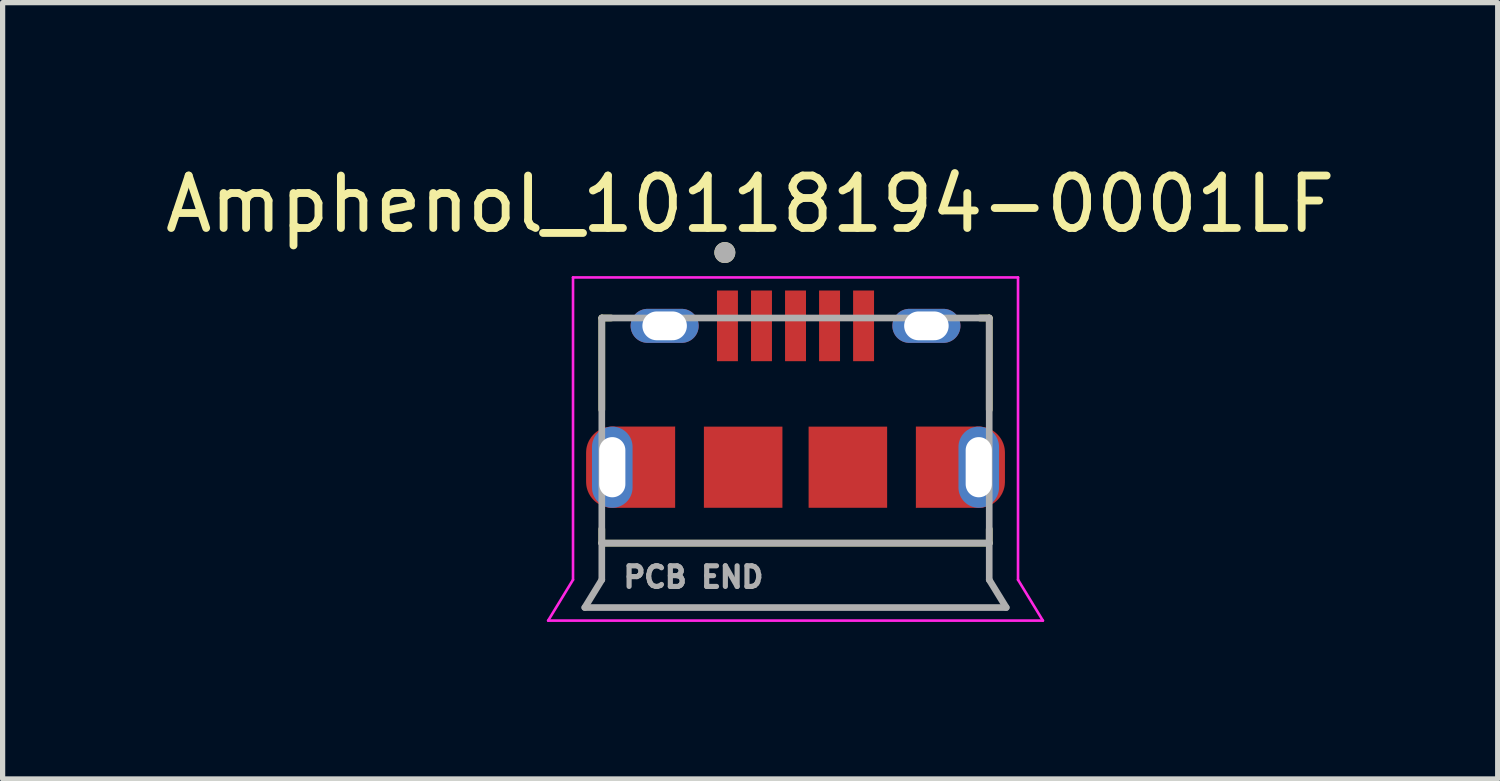
<source format=kicad_pcb>
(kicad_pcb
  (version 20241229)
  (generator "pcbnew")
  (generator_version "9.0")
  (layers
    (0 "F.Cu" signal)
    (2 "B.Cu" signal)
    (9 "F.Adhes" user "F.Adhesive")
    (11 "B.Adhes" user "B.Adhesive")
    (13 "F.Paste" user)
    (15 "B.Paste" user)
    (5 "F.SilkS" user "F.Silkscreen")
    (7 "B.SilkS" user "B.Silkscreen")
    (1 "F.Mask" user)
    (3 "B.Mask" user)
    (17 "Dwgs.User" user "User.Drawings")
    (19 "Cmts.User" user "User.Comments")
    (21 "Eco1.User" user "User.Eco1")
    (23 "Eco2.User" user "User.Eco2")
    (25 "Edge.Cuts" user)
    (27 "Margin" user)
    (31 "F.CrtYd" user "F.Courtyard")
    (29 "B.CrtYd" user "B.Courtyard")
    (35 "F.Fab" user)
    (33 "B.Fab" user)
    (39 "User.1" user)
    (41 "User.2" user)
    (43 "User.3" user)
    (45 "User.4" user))
  (footprint "Amphenol_10118194-0001LF"
    (layer "F.Cu")
    (at 12.145 5.874)
    (property "Reference" "Amphenol_10118194-0001LF" (at -0.866 -5.025 0) (layer "F.SilkS") (effects (font (size 1.001 1.001) (thickness 0.15))))
    (attr through_hole)
    (fp_poly (pts (xy -2.3 -0.78) (xy -2.3 0.775) (xy -3.498 0.775) (xy -3.498 0.575) (xy -3.486 0.575) (xy -3.473 0.574) (xy -3.46 0.572) (xy -3.447 0.57) (xy -3.434 0.567) (xy -3.422 0.563) (xy -3.41 0.558) (xy -3.398 0.553) (xy -3.386 0.548) (xy -3.374 0.542) (xy -3.363 0.535) (xy -3.353 0.527) (xy -3.342 0.52) (xy -3.332 0.511) (xy -3.323 0.502) (xy -3.314 0.493) (xy -3.305 0.483) (xy -3.298 0.472) (xy -3.29 0.462) (xy -3.283 0.451) (xy -3.277 0.439) (xy -3.272 0.427) (xy -3.267 0.415) (xy -3.262 0.403) (xy -3.258 0.391) (xy -3.255 0.378) (xy -3.253 0.365) (xy -3.251 0.352) (xy -3.25 0.339) (xy -3.25 0.325) (xy -3.25 0.315) (xy -3.25 -0.315) (xy -3.25 -0.325) (xy -3.25 -0.338) (xy -3.251 -0.351) (xy -3.253 -0.364) (xy -3.255 -0.377) (xy -3.259 -0.39) (xy -3.262 -0.402) (xy -3.267 -0.415) (xy -3.272 -0.427) (xy -3.277 -0.438) (xy -3.283 -0.45) (xy -3.29 -0.461) (xy -3.298 -0.472) (xy -3.306 -0.482) (xy -3.314 -0.492) (xy -3.323 -0.502) (xy -3.333 -0.511) (xy -3.343 -0.519) (xy -3.353 -0.527) (xy -3.364 -0.535) (xy -3.375 -0.542) (xy -3.387 -0.548) (xy -3.398 -0.553) (xy -3.41 -0.558) (xy -3.423 -0.563) (xy -3.435 -0.566) (xy -3.448 -0.57) (xy -3.461 -0.572) (xy -3.474 -0.574) (xy -3.487 -0.575) (xy -3.5 -0.575) (xy -3.513 -0.575) (xy -3.526 -0.574) (xy -3.539 -0.572) (xy -3.552 -0.57) (xy -3.565 -0.566) (xy -3.577 -0.563) (xy -3.59 -0.558) (xy -3.602 -0.553) (xy -3.613 -0.548) (xy -3.625 -0.542) (xy -3.636 -0.535) (xy -3.647 -0.527) (xy -3.657 -0.519) (xy -3.667 -0.511) (xy -3.677 -0.502) (xy -3.686 -0.492) (xy -3.694 -0.482) (xy -3.702 -0.472) (xy -3.71 -0.461) (xy -3.717 -0.45) (xy -3.723 -0.438) (xy -3.728 -0.427) (xy -3.733 -0.415) (xy -3.738 -0.402) (xy -3.741 -0.39) (xy -3.745 -0.377) (xy -3.747 -0.364) (xy -3.749 -0.351) (xy -3.75 -0.338) (xy -3.75 -0.325) (xy -3.75 0.325) (xy -3.75 0.339) (xy -3.749 0.352) (xy -3.747 0.365) (xy -3.745 0.378) (xy -3.742 0.391) (xy -3.738 0.403) (xy -3.733 0.415) (xy -3.728 0.427) (xy -3.723 0.439) (xy -3.717 0.451) (xy -3.71 0.462) (xy -3.702 0.472) (xy -3.695 0.483) (xy -3.686 0.493) (xy -3.677 0.502) (xy -3.668 0.511) (xy -3.658 0.52) (xy -3.647 0.527) (xy -3.637 0.535) (xy -3.626 0.542) (xy -3.614 0.548) (xy -3.602 0.553) (xy -3.59 0.558) (xy -3.578 0.563) (xy -3.566 0.567) (xy -3.553 0.57) (xy -3.54 0.572) (xy -3.527 0.574) (xy -3.514 0.575) (xy -3.502 0.575) (xy -3.502 0.775) (xy -3.527 0.774) (xy -3.553 0.772) (xy -3.579 0.769) (xy -3.605 0.764) (xy -3.63 0.758) (xy -3.655 0.751) (xy -3.68 0.742) (xy -3.704 0.732) (xy -3.728 0.721) (xy -3.751 0.708) (xy -3.773 0.695) (xy -3.794 0.68) (xy -3.815 0.664) (xy -3.835 0.647) (xy -3.854 0.629) (xy -3.872 0.61) (xy -3.889 0.59) (xy -3.905 0.569) (xy -3.92 0.548) (xy -3.933 0.526) (xy -3.946 0.503) (xy -3.957 0.479) (xy -3.967 0.455) (xy -3.976 0.43) (xy -3.983 0.405) (xy -3.989 0.38) (xy -3.994 0.354) (xy -3.997 0.328) (xy -3.999 0.302) (xy -4 0.275) (xy -4 -0.275) (xy -3.999 -0.301) (xy -3.997 -0.327) (xy -3.994 -0.353) (xy -3.989 -0.379) (xy -3.983 -0.404) (xy -3.976 -0.43) (xy -3.967 -0.454) (xy -3.957 -0.478) (xy -3.946 -0.502) (xy -3.933 -0.525) (xy -3.919 -0.547) (xy -3.905 -0.569) (xy -3.889 -0.59) (xy -3.872 -0.61) (xy -3.854 -0.629) (xy -3.835 -0.647) (xy -3.815 -0.664) (xy -3.794 -0.68) (xy -3.772 -0.694) (xy -3.75 -0.708) (xy -3.727 -0.721) (xy -3.703 -0.732) (xy -3.679 -0.742) (xy -3.655 -0.751) (xy -3.629 -0.758) (xy -3.604 -0.764) (xy -3.578 -0.769) (xy -3.552 -0.772) (xy -3.526 -0.774) (xy -3.5 -0.775) (xy -2.305 -0.775) (xy -2.305 -0.78) (xy -2.3 -0.78)) (stroke (width 0.001) (type solid)) (fill yes) (layer "F.Cu"))
    (fp_poly (pts (xy 2.3 0.78) (xy 2.3 -0.775) (xy 3.498 -0.775) (xy 3.498 -0.575) (xy 3.486 -0.575) (xy 3.473 -0.574) (xy 3.46 -0.572) (xy 3.447 -0.57) (xy 3.434 -0.567) (xy 3.422 -0.563) (xy 3.41 -0.558) (xy 3.398 -0.553) (xy 3.386 -0.548) (xy 3.374 -0.542) (xy 3.363 -0.535) (xy 3.353 -0.527) (xy 3.342 -0.52) (xy 3.332 -0.511) (xy 3.323 -0.502) (xy 3.314 -0.493) (xy 3.305 -0.483) (xy 3.298 -0.472) (xy 3.29 -0.462) (xy 3.283 -0.451) (xy 3.277 -0.439) (xy 3.272 -0.427) (xy 3.267 -0.415) (xy 3.262 -0.403) (xy 3.258 -0.391) (xy 3.255 -0.378) (xy 3.253 -0.365) (xy 3.251 -0.352) (xy 3.25 -0.339) (xy 3.25 -0.325) (xy 3.25 -0.315) (xy 3.25 0.315) (xy 3.25 0.325) (xy 3.25 0.338) (xy 3.251 0.351) (xy 3.253 0.364) (xy 3.255 0.377) (xy 3.259 0.39) (xy 3.262 0.402) (xy 3.267 0.415) (xy 3.272 0.427) (xy 3.277 0.438) (xy 3.283 0.45) (xy 3.29 0.461) (xy 3.298 0.472) (xy 3.306 0.482) (xy 3.314 0.492) (xy 3.323 0.502) (xy 3.333 0.511) (xy 3.343 0.519) (xy 3.353 0.527) (xy 3.364 0.535) (xy 3.375 0.542) (xy 3.387 0.548) (xy 3.398 0.553) (xy 3.41 0.558) (xy 3.423 0.563) (xy 3.435 0.566) (xy 3.448 0.57) (xy 3.461 0.572) (xy 3.474 0.574) (xy 3.487 0.575) (xy 3.5 0.575) (xy 3.513 0.575) (xy 3.526 0.574) (xy 3.539 0.572) (xy 3.552 0.57) (xy 3.565 0.566) (xy 3.577 0.563) (xy 3.59 0.558) (xy 3.602 0.553) (xy 3.613 0.548) (xy 3.625 0.542) (xy 3.636 0.535) (xy 3.647 0.527) (xy 3.657 0.519) (xy 3.667 0.511) (xy 3.677 0.502) (xy 3.686 0.492) (xy 3.694 0.482) (xy 3.702 0.472) (xy 3.71 0.461) (xy 3.717 0.45) (xy 3.723 0.438) (xy 3.728 0.427) (xy 3.733 0.415) (xy 3.738 0.402) (xy 3.741 0.39) (xy 3.745 0.377) (xy 3.747 0.364) (xy 3.749 0.351) (xy 3.75 0.338) (xy 3.75 0.325) (xy 3.75 -0.325) (xy 3.75 -0.339) (xy 3.749 -0.352) (xy 3.747 -0.365) (xy 3.745 -0.378) (xy 3.742 -0.391) (xy 3.738 -0.403) (xy 3.733 -0.415) (xy 3.728 -0.427) (xy 3.723 -0.439) (xy 3.717 -0.451) (xy 3.71 -0.462) (xy 3.702 -0.472) (xy 3.695 -0.483) (xy 3.686 -0.493) (xy 3.677 -0.502) (xy 3.668 -0.511) (xy 3.658 -0.52) (xy 3.647 -0.527) (xy 3.637 -0.535) (xy 3.626 -0.542) (xy 3.614 -0.548) (xy 3.602 -0.553) (xy 3.59 -0.558) (xy 3.578 -0.563) (xy 3.566 -0.567) (xy 3.553 -0.57) (xy 3.54 -0.572) (xy 3.527 -0.574) (xy 3.514 -0.575) (xy 3.502 -0.575) (xy 3.502 -0.775) (xy 3.527 -0.774) (xy 3.553 -0.772) (xy 3.579 -0.769) (xy 3.605 -0.764) (xy 3.63 -0.758) (xy 3.655 -0.751) (xy 3.68 -0.742) (xy 3.704 -0.732) (xy 3.728 -0.721) (xy 3.751 -0.708) (xy 3.773 -0.695) (xy 3.794 -0.68) (xy 3.815 -0.664) (xy 3.835 -0.647) (xy 3.854 -0.629) (xy 3.872 -0.61) (xy 3.889 -0.59) (xy 3.905 -0.569) (xy 3.92 -0.548) (xy 3.933 -0.526) (xy 3.946 -0.503) (xy 3.957 -0.479) (xy 3.967 -0.455) (xy 3.976 -0.43) (xy 3.983 -0.405) (xy 3.989 -0.38) (xy 3.994 -0.354) (xy 3.997 -0.328) (xy 3.999 -0.302) (xy 4 -0.275) (xy 4 0.275) (xy 3.999 0.301) (xy 3.997 0.327) (xy 3.994 0.353) (xy 3.989 0.379) (xy 3.983 0.404) (xy 3.976 0.43) (xy 3.967 0.454) (xy 3.957 0.478) (xy 3.946 0.502) (xy 3.933 0.525) (xy 3.919 0.547) (xy 3.905 0.569) (xy 3.889 0.59) (xy 3.872 0.61) (xy 3.854 0.629) (xy 3.835 0.647) (xy 3.815 0.664) (xy 3.794 0.68) (xy 3.772 0.694) (xy 3.75 0.708) (xy 3.727 0.721) (xy 3.703 0.732) (xy 3.679 0.742) (xy 3.655 0.751) (xy 3.629 0.758) (xy 3.604 0.764) (xy 3.578 0.769) (xy 3.552 0.772) (xy 3.526 0.774) (xy 3.5 0.775) (xy 2.305 0.775) (xy 2.305 0.78) (xy 2.3 0.78)) (stroke (width 0.001) (type solid)) (fill yes) (layer "F.Cu"))
    (fp_poly (pts (xy -3.6 -0.875) (xy -2.2 -0.875) (xy -2.2 0.875) (xy -3.6 0.875) (xy -3.626 0.874) (xy -3.652 0.872) (xy -3.678 0.869) (xy -3.704 0.864) (xy -3.729 0.858) (xy -3.755 0.851) (xy -3.779 0.842) (xy -3.803 0.832) (xy -3.827 0.821) (xy -3.85 0.808) (xy -3.872 0.794) (xy -3.894 0.78) (xy -3.915 0.764) (xy -3.935 0.747) (xy -3.954 0.729) (xy -3.972 0.71) (xy -3.989 0.69) (xy -4.005 0.669) (xy -4.019 0.647) (xy -4.033 0.625) (xy -4.046 0.602) (xy -4.057 0.578) (xy -4.067 0.554) (xy -4.076 0.53) (xy -4.083 0.504) (xy -4.089 0.479) (xy -4.094 0.453) (xy -4.097 0.427) (xy -4.099 0.401) (xy -4.1 0.375) (xy -4.1 -0.375) (xy -4.099 -0.401) (xy -4.097 -0.427) (xy -4.094 -0.453) (xy -4.089 -0.479) (xy -4.083 -0.504) (xy -4.076 -0.53) (xy -4.067 -0.554) (xy -4.057 -0.578) (xy -4.046 -0.602) (xy -4.033 -0.625) (xy -4.019 -0.647) (xy -4.005 -0.669) (xy -3.989 -0.69) (xy -3.972 -0.71) (xy -3.954 -0.729) (xy -3.935 -0.747) (xy -3.915 -0.764) (xy -3.894 -0.78) (xy -3.872 -0.794) (xy -3.85 -0.808) (xy -3.827 -0.821) (xy -3.803 -0.832) (xy -3.779 -0.842) (xy -3.755 -0.851) (xy -3.729 -0.858) (xy -3.704 -0.864) (xy -3.678 -0.869) (xy -3.652 -0.872) (xy -3.626 -0.874) (xy -3.6 -0.875)) (stroke (width 0.0001) (type solid)) (fill yes) (layer "F.Mask"))
    (fp_poly (pts (xy 3.6 0.875) (xy 2.2 0.875) (xy 2.2 -0.875) (xy 3.6 -0.875) (xy 3.626 -0.874) (xy 3.652 -0.872) (xy 3.678 -0.869) (xy 3.704 -0.864) (xy 3.729 -0.858) (xy 3.755 -0.851) (xy 3.779 -0.842) (xy 3.803 -0.832) (xy 3.827 -0.821) (xy 3.85 -0.808) (xy 3.872 -0.794) (xy 3.894 -0.78) (xy 3.915 -0.764) (xy 3.935 -0.747) (xy 3.954 -0.729) (xy 3.972 -0.71) (xy 3.989 -0.69) (xy 4.005 -0.669) (xy 4.019 -0.647) (xy 4.033 -0.625) (xy 4.046 -0.602) (xy 4.057 -0.578) (xy 4.067 -0.554) (xy 4.076 -0.53) (xy 4.083 -0.504) (xy 4.089 -0.479) (xy 4.094 -0.453) (xy 4.097 -0.427) (xy 4.099 -0.401) (xy 4.1 -0.375) (xy 4.1 0.375) (xy 4.099 0.401) (xy 4.097 0.427) (xy 4.094 0.453) (xy 4.089 0.479) (xy 4.083 0.504) (xy 4.076 0.53) (xy 4.067 0.554) (xy 4.057 0.578) (xy 4.046 0.602) (xy 4.033 0.625) (xy 4.019 0.647) (xy 4.005 0.669) (xy 3.989 0.69) (xy 3.972 0.71) (xy 3.954 0.729) (xy 3.935 0.747) (xy 3.915 0.764) (xy 3.894 0.78) (xy 3.872 0.794) (xy 3.85 0.808) (xy 3.827 0.821) (xy 3.803 0.832) (xy 3.779 0.842) (xy 3.755 0.851) (xy 3.729 0.858) (xy 3.704 0.864) (xy 3.678 0.869) (xy 3.652 0.872) (xy 3.626 0.874) (xy 3.6 0.875)) (stroke (width 0.0001) (type solid)) (fill yes) (layer "F.Mask"))
    (fp_line (start -3.7 -2.85) (end -3.7 -1.095) (stroke (width 0.127) (type solid)) (layer "F.SilkS"))
    (fp_line (start -3.7 -2.85) (end -3.52 -2.85) (stroke (width 0.127) (type solid)) (layer "F.SilkS"))
    (fp_line (start -3.7 1.45) (end -3.7 1.18) (stroke (width 0.127) (type solid)) (layer "F.SilkS"))
    (fp_line (start -3.7 1.45) (end 3.7 1.45) (stroke (width 0.127) (type solid)) (layer "F.SilkS"))
    (fp_line (start 3.7 -2.85) (end 3.52 -2.85) (stroke (width 0.127) (type solid)) (layer "F.SilkS"))
    (fp_line (start 3.7 -2.85) (end 3.7 -1.095) (stroke (width 0.127) (type solid)) (layer "F.SilkS"))
    (fp_line (start 3.7 1.18) (end 3.7 1.45) (stroke (width 0.127) (type solid)) (layer "F.SilkS"))
    (fp_circle (center -1.35 -4.1) (end -1.25 -4.1) (stroke (width 0.2) (type solid)) (fill no) (layer "F.SilkS"))
    (fp_line (start -3.5 -0.77) (end -3.5 -0.6) (stroke (width 0.0001) (type solid)) (layer "F.Paste"))
    (fp_line (start 3.5 0.77) (end 3.5 0.6) (stroke (width 0.0001) (type solid)) (layer "F.Paste"))
    (fp_poly (pts (xy -3.5 -0.775) (xy -3.5 -0.575) (xy -3.487 -0.575) (xy -3.474 -0.574) (xy -3.461 -0.572) (xy -3.448 -0.57) (xy -3.435 -0.566) (xy -3.423 -0.563) (xy -3.41 -0.558) (xy -3.398 -0.553) (xy -3.387 -0.548) (xy -3.375 -0.542) (xy -3.364 -0.535) (xy -3.353 -0.527) (xy -3.343 -0.519) (xy -3.333 -0.511) (xy -3.323 -0.502) (xy -3.314 -0.492) (xy -3.306 -0.482) (xy -3.298 -0.472) (xy -3.29 -0.461) (xy -3.283 -0.45) (xy -3.277 -0.438) (xy -3.272 -0.427) (xy -3.267 -0.415) (xy -3.262 -0.402) (xy -3.259 -0.39) (xy -3.255 -0.377) (xy -3.253 -0.364) (xy -3.251 -0.351) (xy -3.25 -0.338) (xy -3.25 -0.325) (xy -3.25 0.325) (xy -3.25 0.338) (xy -3.251 0.351) (xy -3.253 0.364) (xy -3.255 0.377) (xy -3.259 0.39) (xy -3.262 0.402) (xy -3.267 0.415) (xy -3.272 0.427) (xy -3.277 0.438) (xy -3.283 0.45) (xy -3.29 0.461) (xy -3.298 0.472) (xy -3.306 0.482) (xy -3.314 0.492) (xy -3.323 0.502) (xy -3.333 0.511) (xy -3.343 0.519) (xy -3.353 0.527) (xy -3.364 0.535) (xy -3.375 0.542) (xy -3.387 0.548) (xy -3.398 0.553) (xy -3.41 0.558) (xy -3.423 0.563) (xy -3.435 0.566) (xy -3.448 0.57) (xy -3.461 0.572) (xy -3.474 0.574) (xy -3.487 0.575) (xy -3.5 0.575) (xy -3.5 0.775) (xy -2.3 0.775) (xy -2.3 -0.775) (xy -3.5 -0.775)) (stroke (width 0.0001) (type solid)) (fill yes) (layer "F.Paste"))
    (fp_poly (pts (xy 3.5 0.775) (xy 3.5 0.575) (xy 3.487 0.575) (xy 3.474 0.574) (xy 3.461 0.572) (xy 3.448 0.57) (xy 3.435 0.566) (xy 3.423 0.563) (xy 3.41 0.558) (xy 3.398 0.553) (xy 3.387 0.548) (xy 3.375 0.542) (xy 3.364 0.535) (xy 3.353 0.527) (xy 3.343 0.519) (xy 3.333 0.511) (xy 3.323 0.502) (xy 3.314 0.492) (xy 3.306 0.482) (xy 3.298 0.472) (xy 3.29 0.461) (xy 3.283 0.45) (xy 3.277 0.438) (xy 3.272 0.427) (xy 3.267 0.415) (xy 3.262 0.402) (xy 3.259 0.39) (xy 3.255 0.377) (xy 3.253 0.364) (xy 3.251 0.351) (xy 3.25 0.338) (xy 3.25 0.325) (xy 3.25 -0.325) (xy 3.25 -0.338) (xy 3.251 -0.351) (xy 3.253 -0.364) (xy 3.255 -0.377) (xy 3.259 -0.39) (xy 3.262 -0.402) (xy 3.267 -0.415) (xy 3.272 -0.427) (xy 3.277 -0.438) (xy 3.283 -0.45) (xy 3.29 -0.461) (xy 3.298 -0.472) (xy 3.306 -0.482) (xy 3.314 -0.492) (xy 3.323 -0.502) (xy 3.333 -0.511) (xy 3.343 -0.519) (xy 3.353 -0.527) (xy 3.364 -0.535) (xy 3.375 -0.542) (xy 3.387 -0.548) (xy 3.398 -0.553) (xy 3.41 -0.558) (xy 3.423 -0.563) (xy 3.435 -0.566) (xy 3.448 -0.57) (xy 3.461 -0.572) (xy 3.474 -0.574) (xy 3.487 -0.575) (xy 3.5 -0.575) (xy 3.5 -0.775) (xy 2.3 -0.775) (xy 2.3 0.775) (xy 3.5 0.775)) (stroke (width 0.0001) (type solid)) (fill yes) (layer "F.Paste"))
    (fp_poly (pts (xy -3.5 -0.775) (xy -3.5 -0.575) (xy -3.513 -0.575) (xy -3.526 -0.574) (xy -3.539 -0.572) (xy -3.552 -0.57) (xy -3.565 -0.566) (xy -3.577 -0.563) (xy -3.59 -0.558) (xy -3.602 -0.553) (xy -3.613 -0.548) (xy -3.625 -0.542) (xy -3.636 -0.535) (xy -3.647 -0.527) (xy -3.657 -0.519) (xy -3.667 -0.511) (xy -3.677 -0.502) (xy -3.686 -0.492) (xy -3.694 -0.482) (xy -3.702 -0.472) (xy -3.71 -0.461) (xy -3.717 -0.45) (xy -3.723 -0.438) (xy -3.728 -0.427) (xy -3.733 -0.415) (xy -3.738 -0.402) (xy -3.741 -0.39) (xy -3.745 -0.377) (xy -3.747 -0.364) (xy -3.749 -0.351) (xy -3.75 -0.338) (xy -3.75 -0.325) (xy -3.75 0.325) (xy -3.75 0.338) (xy -3.749 0.351) (xy -3.747 0.364) (xy -3.745 0.377) (xy -3.741 0.39) (xy -3.738 0.402) (xy -3.733 0.415) (xy -3.728 0.427) (xy -3.723 0.438) (xy -3.717 0.45) (xy -3.71 0.461) (xy -3.702 0.472) (xy -3.694 0.482) (xy -3.686 0.492) (xy -3.677 0.502) (xy -3.667 0.511) (xy -3.657 0.519) (xy -3.647 0.527) (xy -3.636 0.535) (xy -3.625 0.542) (xy -3.613 0.548) (xy -3.602 0.553) (xy -3.59 0.558) (xy -3.577 0.563) (xy -3.565 0.566) (xy -3.552 0.57) (xy -3.539 0.572) (xy -3.526 0.574) (xy -3.513 0.575) (xy -3.5 0.575) (xy -3.5 0.775) (xy -3.526 0.774) (xy -3.552 0.772) (xy -3.578 0.769) (xy -3.604 0.764) (xy -3.629 0.758) (xy -3.655 0.751) (xy -3.679 0.742) (xy -3.703 0.732) (xy -3.727 0.721) (xy -3.75 0.708) (xy -3.772 0.694) (xy -3.794 0.68) (xy -3.815 0.664) (xy -3.835 0.647) (xy -3.854 0.629) (xy -3.872 0.61) (xy -3.889 0.59) (xy -3.905 0.569) (xy -3.919 0.547) (xy -3.933 0.525) (xy -3.946 0.502) (xy -3.957 0.478) (xy -3.967 0.454) (xy -3.976 0.43) (xy -3.983 0.404) (xy -3.989 0.379) (xy -3.994 0.353) (xy -3.997 0.327) (xy -3.999 0.301) (xy -4 0.275) (xy -4 -0.275) (xy -3.999 -0.301) (xy -3.997 -0.327) (xy -3.994 -0.353) (xy -3.989 -0.379) (xy -3.983 -0.404) (xy -3.976 -0.43) (xy -3.967 -0.454) (xy -3.957 -0.478) (xy -3.946 -0.502) (xy -3.933 -0.525) (xy -3.919 -0.547) (xy -3.905 -0.569) (xy -3.889 -0.59) (xy -3.872 -0.61) (xy -3.854 -0.629) (xy -3.835 -0.647) (xy -3.815 -0.664) (xy -3.794 -0.68) (xy -3.772 -0.694) (xy -3.75 -0.708) (xy -3.727 -0.721) (xy -3.703 -0.732) (xy -3.679 -0.742) (xy -3.655 -0.751) (xy -3.629 -0.758) (xy -3.604 -0.764) (xy -3.578 -0.769) (xy -3.552 -0.772) (xy -3.526 -0.774) (xy -3.5 -0.775)) (stroke (width 0.0001) (type solid)) (fill yes) (layer "F.Paste"))
    (fp_poly (pts (xy 3.5 0.775) (xy 3.5 0.575) (xy 3.513 0.575) (xy 3.526 0.574) (xy 3.539 0.572) (xy 3.552 0.57) (xy 3.565 0.566) (xy 3.577 0.563) (xy 3.59 0.558) (xy 3.602 0.553) (xy 3.613 0.548) (xy 3.625 0.542) (xy 3.636 0.535) (xy 3.647 0.527) (xy 3.657 0.519) (xy 3.667 0.511) (xy 3.677 0.502) (xy 3.686 0.492) (xy 3.694 0.482) (xy 3.702 0.472) (xy 3.71 0.461) (xy 3.717 0.45) (xy 3.723 0.438) (xy 3.728 0.427) (xy 3.733 0.415) (xy 3.738 0.402) (xy 3.741 0.39) (xy 3.745 0.377) (xy 3.747 0.364) (xy 3.749 0.351) (xy 3.75 0.338) (xy 3.75 0.325) (xy 3.75 -0.325) (xy 3.75 -0.338) (xy 3.749 -0.351) (xy 3.747 -0.364) (xy 3.745 -0.377) (xy 3.741 -0.39) (xy 3.738 -0.402) (xy 3.733 -0.415) (xy 3.728 -0.427) (xy 3.723 -0.438) (xy 3.717 -0.45) (xy 3.71 -0.461) (xy 3.702 -0.472) (xy 3.694 -0.482) (xy 3.686 -0.492) (xy 3.677 -0.502) (xy 3.667 -0.511) (xy 3.657 -0.519) (xy 3.647 -0.527) (xy 3.636 -0.535) (xy 3.625 -0.542) (xy 3.613 -0.548) (xy 3.602 -0.553) (xy 3.59 -0.558) (xy 3.577 -0.563) (xy 3.565 -0.566) (xy 3.552 -0.57) (xy 3.539 -0.572) (xy 3.526 -0.574) (xy 3.513 -0.575) (xy 3.5 -0.575) (xy 3.5 -0.775) (xy 3.526 -0.774) (xy 3.552 -0.772) (xy 3.578 -0.769) (xy 3.604 -0.764) (xy 3.629 -0.758) (xy 3.655 -0.751) (xy 3.679 -0.742) (xy 3.703 -0.732) (xy 3.727 -0.721) (xy 3.75 -0.708) (xy 3.772 -0.694) (xy 3.794 -0.68) (xy 3.815 -0.664) (xy 3.835 -0.647) (xy 3.854 -0.629) (xy 3.872 -0.61) (xy 3.889 -0.59) (xy 3.905 -0.569) (xy 3.919 -0.547) (xy 3.933 -0.525) (xy 3.946 -0.502) (xy 3.957 -0.478) (xy 3.967 -0.454) (xy 3.976 -0.43) (xy 3.983 -0.404) (xy 3.989 -0.379) (xy 3.994 -0.353) (xy 3.997 -0.327) (xy 3.999 -0.301) (xy 4 -0.275) (xy 4 0.275) (xy 3.999 0.301) (xy 3.997 0.327) (xy 3.994 0.353) (xy 3.989 0.379) (xy 3.983 0.404) (xy 3.976 0.43) (xy 3.967 0.454) (xy 3.957 0.478) (xy 3.946 0.502) (xy 3.933 0.525) (xy 3.919 0.547) (xy 3.905 0.569) (xy 3.889 0.59) (xy 3.872 0.61) (xy 3.854 0.629) (xy 3.835 0.647) (xy 3.815 0.664) (xy 3.794 0.68) (xy 3.772 0.694) (xy 3.75 0.708) (xy 3.727 0.721) (xy 3.703 0.732) (xy 3.679 0.742) (xy 3.655 0.751) (xy 3.629 0.758) (xy 3.604 0.764) (xy 3.578 0.769) (xy 3.552 0.772) (xy 3.526 0.774) (xy 3.5 0.775)) (stroke (width 0.0001) (type solid)) (fill yes) (layer "F.Paste"))
    (fp_line (start -4.725 2.93) (end -4.25 2.15) (stroke (width 0.05) (type solid)) (layer "F.CrtYd"))
    (fp_line (start -4.25 -3.625) (end 4.25 -3.625) (stroke (width 0.05) (type solid)) (layer "F.CrtYd"))
    (fp_line (start -4.25 2.15) (end -4.25 -3.625) (stroke (width 0.05) (type solid)) (layer "F.CrtYd"))
    (fp_line (start 4.25 2.15) (end 4.25 -3.625) (stroke (width 0.05) (type solid)) (layer "F.CrtYd"))
    (fp_line (start 4.725 2.93) (end -4.725 2.93) (stroke (width 0.05) (type solid)) (layer "F.CrtYd"))
    (fp_line (start 4.725 2.93) (end 4.25 2.15) (stroke (width 0.05) (type solid)) (layer "F.CrtYd"))
    (fp_line (start -4.025 2.68) (end 4.025 2.68) (stroke (width 0.127) (type solid)) (layer "F.Fab"))
    (fp_line (start -3.7 -2.85) (end -3.7 1.45) (stroke (width 0.127) (type solid)) (layer "F.Fab"))
    (fp_line (start -3.7 -2.85) (end 3.7 -2.85) (stroke (width 0.127) (type solid)) (layer "F.Fab"))
    (fp_line (start -3.7 1.45) (end -3.7 2.15) (stroke (width 0.127) (type solid)) (layer "F.Fab"))
    (fp_line (start -3.7 1.45) (end 3.7 1.45) (stroke (width 0.127) (type solid)) (layer "F.Fab"))
    (fp_line (start -3.7 2.15) (end -4.025 2.68) (stroke (width 0.127) (type solid)) (layer "F.Fab"))
    (fp_line (start 3.7 1.45) (end 3.7 -2.85) (stroke (width 0.127) (type solid)) (layer "F.Fab"))
    (fp_line (start 3.7 2.15) (end 3.7 1.45) (stroke (width 0.127) (type solid)) (layer "F.Fab"))
    (fp_line (start 4.025 2.68) (end 3.7 2.15) (stroke (width 0.127) (type solid)) (layer "F.Fab"))
    (fp_circle (center -1.35 -4.1) (end -1.25 -4.1) (stroke (width 0.2) (type solid)) (fill no) (layer "F.Fab"))
    (fp_text user "PCB END" (at -1.95 2.1 0) (layer "F.Fab") (effects (font (size 0.394 0.394) (thickness 0.15))))
    (pad "1" smd rect (at -1.3 -2.7) (size 0.4 1.35) (layers "F.Cu" "F.Mask" "F.Paste"))
    (pad "2" smd rect (at -0.65 -2.7) (size 0.4 1.35) (layers "F.Cu" "F.Mask" "F.Paste"))
    (pad "3" smd rect (at 0 -2.7) (size 0.4 1.35) (layers "F.Cu" "F.Mask" "F.Paste"))
    (pad "4" smd rect (at 0.65 -2.7) (size 0.4 1.35) (layers "F.Cu" "F.Mask" "F.Paste"))
    (pad "5" smd rect (at 1.3 -2.7) (size 0.4 1.35) (layers "F.Cu" "F.Mask" "F.Paste"))
    (pad "S1" thru_hole oval (at -2.5 -2.7) (size 1.3 0.65) (drill oval 0.85 0.55) (layers "*.Cu" "*.Mask"))
    (pad "S2" thru_hole oval (at 2.5 -2.7) (size 1.3 0.65) (drill oval 0.85 0.55) (layers "*.Cu" "*.Mask"))
    (pad "S3" thru_hole oval (at -3.5 0) (size 0.775 1.55) (drill oval 0.5 1.15) (layers "*.Cu" "*.Mask"))
    (pad "S4" smd rect (at -1 0) (size 1.5 1.55) (layers "F.Cu" "F.Mask" "F.Paste"))
    (pad "S5" smd rect (at 1 0) (size 1.5 1.55) (layers "F.Cu" "F.Mask" "F.Paste"))
    (pad "S6" thru_hole oval (at 3.5 0) (size 0.775 1.55) (drill oval 0.5 1.15) (layers "*.Cu" "*.Mask")))
  (gr_rect
    (start -3 -3)
    (end 25.557 11.829)
    (stroke (width 0.1) (type default))
    (fill no)
    (layer "Edge.Cuts")))
</source>
